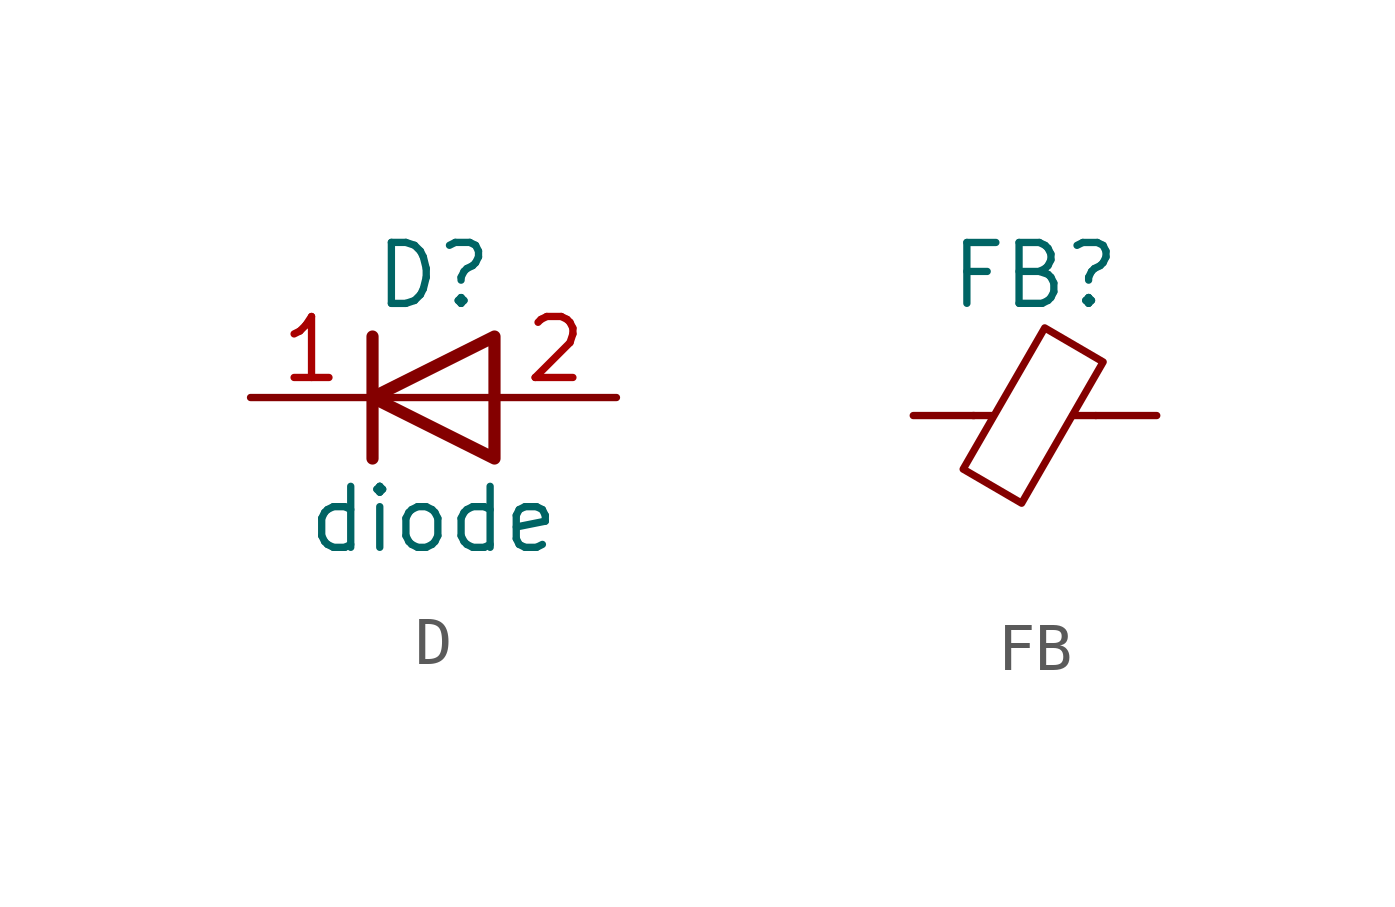
<source format=kicad_sym>
(kicad_symbol_lib
  (version 20220914)
  (generator kicad_symbol_editor)
  (symbol "D"
    (pin_names hide)
    (property "Reference" "D"
      (at 0 2.54 0)
      (do_not_autoplace)
      (effects (font (size 1.27 1.27))))
    (property "Value" "diode"
      (at 0 -2.54 0)
      (do_not_autoplace)
      (effects (font (size 1.27 1.27))))
    (symbol "D_0_1"
      (polyline (pts (xy -1.27 1.27) (xy -1.27 -1.27)) (stroke (width 0.254) (type default)) (fill (type none)))
      (polyline (pts (xy 1.27 0) (xy -1.27 0)) (stroke (width 0) (type default)) (fill (type none)))
      (polyline (pts (xy 1.27 1.27) (xy 1.27 -1.27) (xy -1.27 0) (xy 1.27 1.27)) (stroke (width 0.254) (type default)) (fill (type none))))
    (symbol "D_1_1"
      (pin passive line (at -3.81 0 0) (length 2.54) (name "K" (effects (font (size 1.27 1.27)))) (number "1" (effects (font (size 1.27 1.27)))))
      (pin passive line (at 3.81 0 180) (length 2.54) (name "A" (effects (font (size 1.27 1.27)))) (number "2" (effects (font (size 1.27 1.27)))))))
  (symbol "FB"
    (pin_numbers hide)
    (pin_names hide)
    (property "Reference" "FB"
      (at 0 2.921 0)
      (effects (font (size 1.27 1.27))))
    (property "Value" ""
      (at 0 -3.048 0)
      (effects (font (size 1.27 1.27))))
    (symbol "FB_0_1"
      (polyline (pts (xy -0.889 0) (xy -1.295 0)) (stroke (width 0) (type default)) (fill (type none)))
      (polyline (pts (xy 1.27 0) (xy 0.787 0)) (stroke (width 0) (type default)) (fill (type none)))
      (polyline (pts (xy -0.279 -1.829) (xy -1.499 -1.118) (xy 0.203 1.829) (xy 1.422 1.118) (xy -0.279 -1.829)) (stroke (width 0) (type default)) (fill (type none))))
    (symbol "FB_1_1"
      (pin passive line (at -2.54 0 0) (length 1.27) (name "~" (effects (font (size 1.27 1.27)))) (number "1" (effects (font (size 1.27 1.27)))))
      (pin passive line (at 2.54 0 180) (length 1.27) (name "~" (effects (font (size 1.27 1.27)))) (number "2" (effects (font (size 1.27 1.27))))))))
</source>
